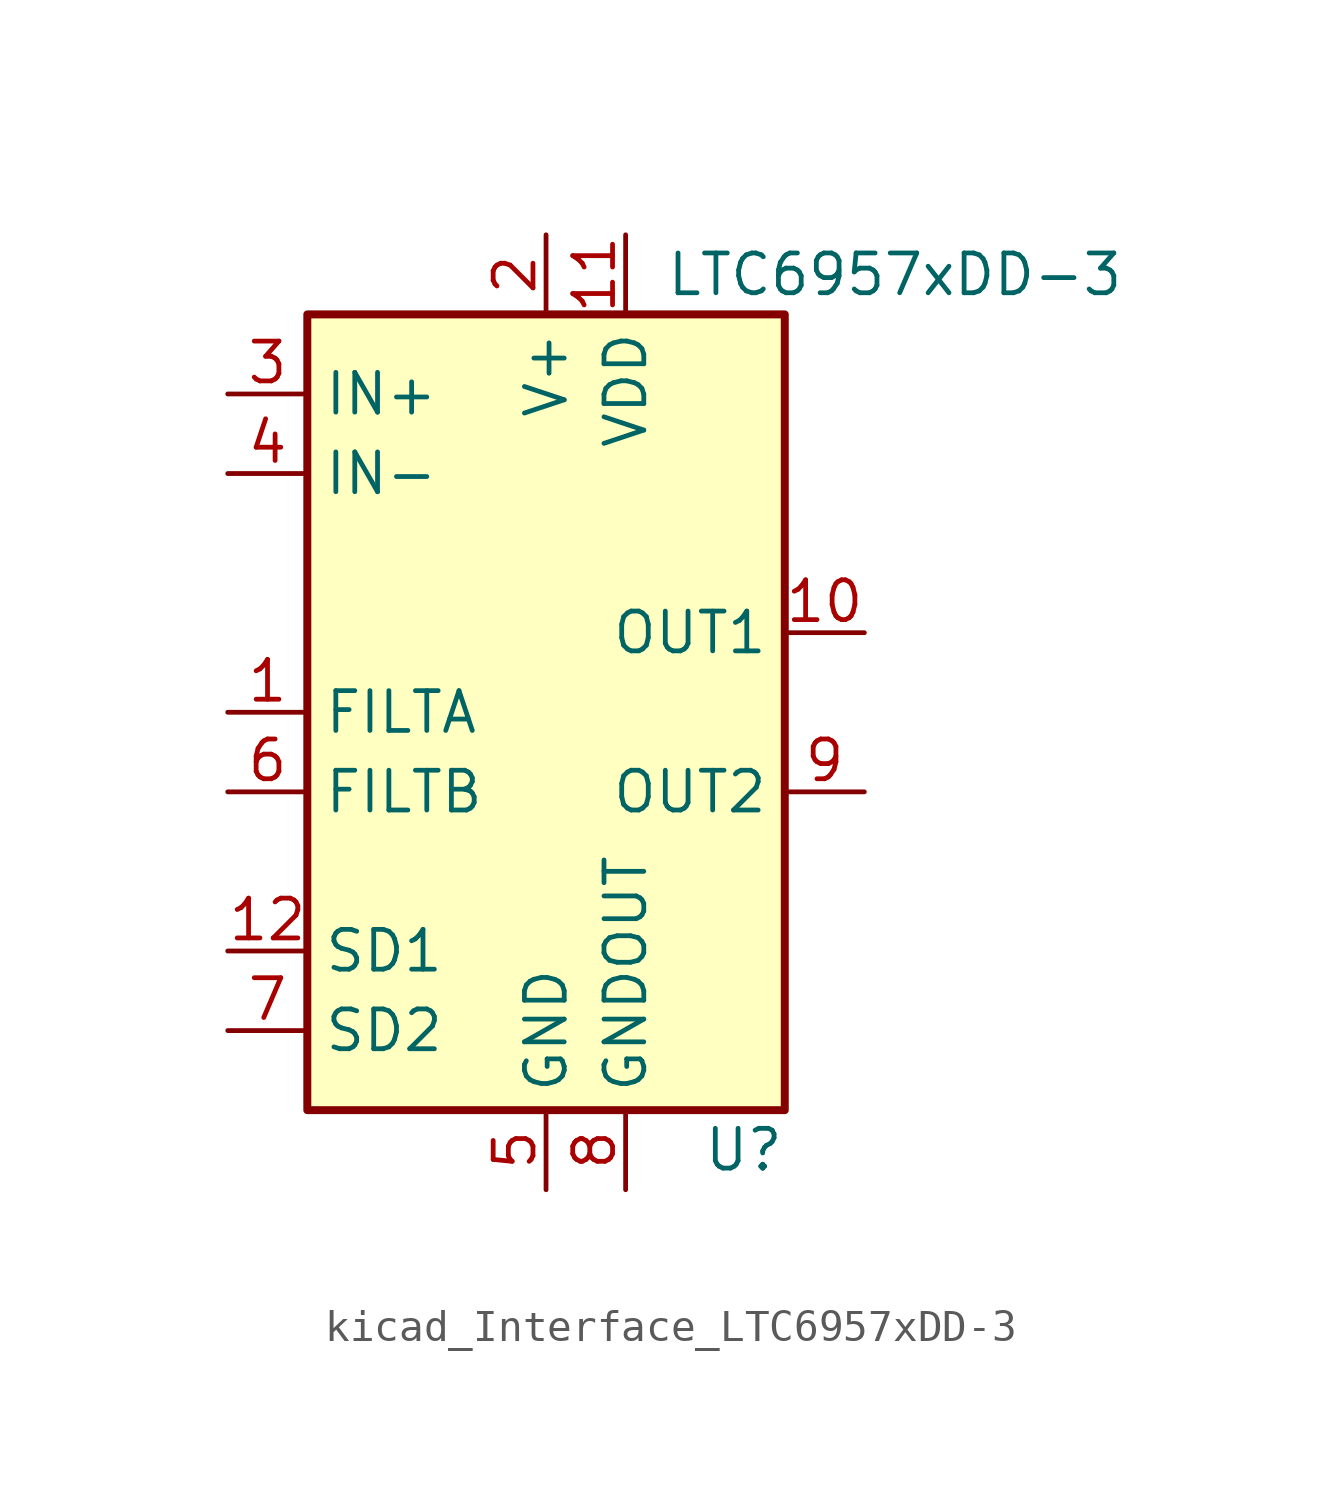
<source format=kicad_sym>
(kicad_symbol_lib
  (version 20220914)
  (generator kicad_symbol_editor)
  (symbol "kicad_Interface_LTC6957xDD-3"
    (property "Reference" "U"
      (at 7.62 -13.97 0)
      (effects (font (size 1.27 1.27)) (justify right)))
    (property "Value" "LTC6957xDD-3"
      (at 3.81 13.97 0)
      (effects (font (size 1.27 1.27)) (justify left)))
    (symbol "kicad_Interface_LTC6957xDD-3_0_1"
      (rectangle (start -7.62 12.7) (end 7.62 -12.7) (stroke (width 0.254) (type default)) (fill (type background))))
    (symbol "kicad_Interface_LTC6957xDD-3_1_1"
      (pin input line (at -10.16 0 0) (length 2.54) (name "FILTA" (effects (font (size 1.27 1.27)))) (number "1" (effects (font (size 1.27 1.27)))))
      (pin output line (at 10.16 2.54 180) (length 2.54) (name "OUT1" (effects (font (size 1.27 1.27)))) (number "10" (effects (font (size 1.27 1.27)))))
      (pin power_in line (at 2.54 15.24 270) (length 2.54) (name "VDD" (effects (font (size 1.27 1.27)))) (number "11" (effects (font (size 1.27 1.27)))))
      (pin input line (at -10.16 -7.62 0) (length 2.54) (name "SD1" (effects (font (size 1.27 1.27)))) (number "12" (effects (font (size 1.27 1.27)))))
      (pin passive line (at 0 -15.24 90) (length 2.54) hide (name "GND" (effects (font (size 1.27 1.27)))) (number "13" (effects (font (size 1.27 1.27)))))
      (pin power_in line (at 0 15.24 270) (length 2.54) (name "V+" (effects (font (size 1.27 1.27)))) (number "2" (effects (font (size 1.27 1.27)))))
      (pin input line (at -10.16 10.16 0) (length 2.54) (name "IN+" (effects (font (size 1.27 1.27)))) (number "3" (effects (font (size 1.27 1.27)))))
      (pin input line (at -10.16 7.62 0) (length 2.54) (name "IN-" (effects (font (size 1.27 1.27)))) (number "4" (effects (font (size 1.27 1.27)))))
      (pin power_in line (at 0 -15.24 90) (length 2.54) (name "GND" (effects (font (size 1.27 1.27)))) (number "5" (effects (font (size 1.27 1.27)))))
      (pin input line (at -10.16 -2.54 0) (length 2.54) (name "FILTB" (effects (font (size 1.27 1.27)))) (number "6" (effects (font (size 1.27 1.27)))))
      (pin input line (at -10.16 -10.16 0) (length 2.54) (name "SD2" (effects (font (size 1.27 1.27)))) (number "7" (effects (font (size 1.27 1.27)))))
      (pin output line (at 2.54 -15.24 90) (length 2.54) (name "GNDOUT" (effects (font (size 1.27 1.27)))) (number "8" (effects (font (size 1.27 1.27)))))
      (pin output line (at 10.16 -2.54 180) (length 2.54) (name "OUT2" (effects (font (size 1.27 1.27)))) (number "9" (effects (font (size 1.27 1.27))))))))
</source>
